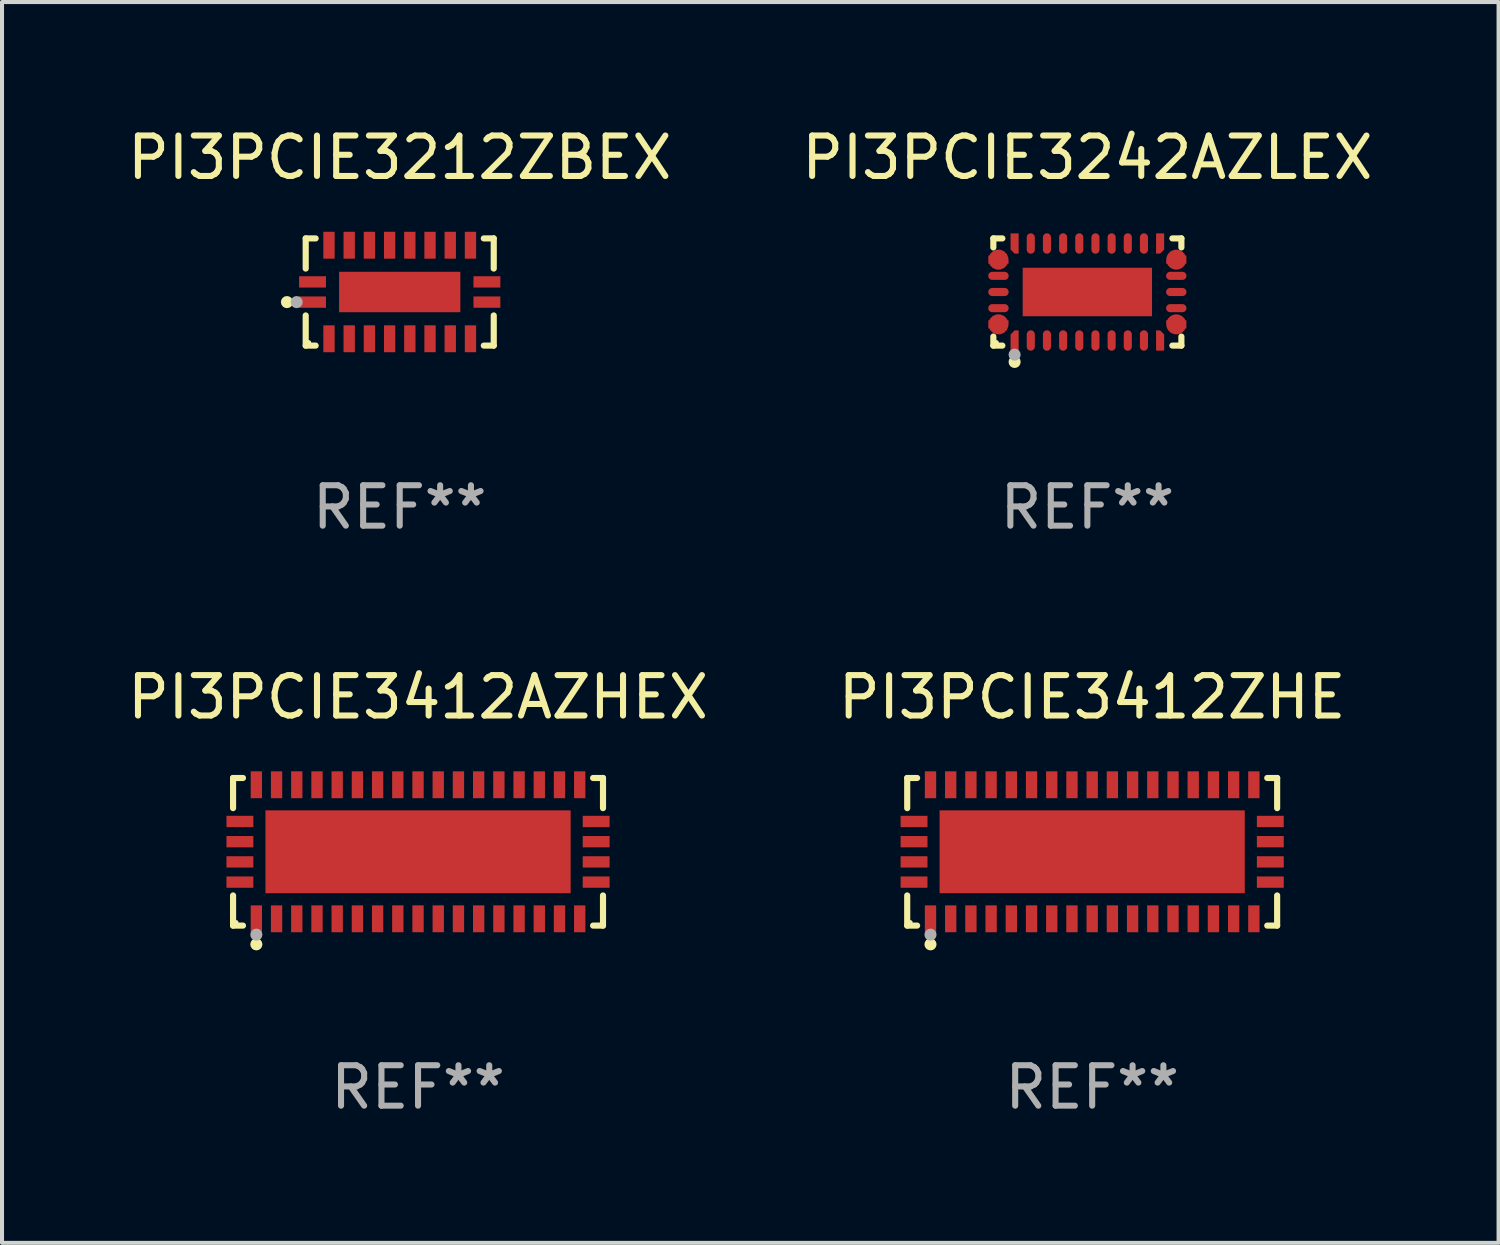
<source format=kicad_pcb>
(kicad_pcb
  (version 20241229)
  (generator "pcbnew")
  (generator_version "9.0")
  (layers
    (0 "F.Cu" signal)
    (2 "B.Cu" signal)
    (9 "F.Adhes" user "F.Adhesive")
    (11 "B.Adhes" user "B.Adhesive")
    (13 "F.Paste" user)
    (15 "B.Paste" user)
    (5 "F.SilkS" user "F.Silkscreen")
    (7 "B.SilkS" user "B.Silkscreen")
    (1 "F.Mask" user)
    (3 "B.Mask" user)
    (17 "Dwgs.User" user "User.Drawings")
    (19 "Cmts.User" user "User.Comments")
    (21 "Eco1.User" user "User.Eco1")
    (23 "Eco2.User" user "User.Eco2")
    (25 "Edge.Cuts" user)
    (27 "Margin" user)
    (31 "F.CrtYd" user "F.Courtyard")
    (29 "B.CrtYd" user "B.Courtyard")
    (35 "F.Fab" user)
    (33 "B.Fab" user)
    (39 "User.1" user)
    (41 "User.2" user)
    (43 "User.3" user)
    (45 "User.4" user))
  (footprint "PI3PCIE3212ZBEX"
    (layer "F.Cu")
    (at 6.839 4.174)
    (property "Reference" "PI3PCIE3212ZBEX" (at 0 -3.326 0) (layer "F.SilkS") (effects (font (size 1 1) (thickness 0.15))))
    (attr through_hole)
    (fp_line (start -2.326 -1.326) (end -2.08 -1.326) (stroke (width 0.152) (type solid)) (layer "F.SilkS"))
    (fp_line (start -2.326 -0.58) (end -2.326 -1.326) (stroke (width 0.152) (type solid)) (layer "F.SilkS"))
    (fp_line (start -2.326 0.58) (end -2.326 1.326) (stroke (width 0.152) (type solid)) (layer "F.SilkS"))
    (fp_line (start -2.326 1.326) (end -2.08 1.326) (stroke (width 0.152) (type solid)) (layer "F.SilkS"))
    (fp_line (start 2.326 -1.326) (end 2.08 -1.326) (stroke (width 0.152) (type solid)) (layer "F.SilkS"))
    (fp_line (start 2.326 -0.58) (end 2.326 -1.326) (stroke (width 0.152) (type solid)) (layer "F.SilkS"))
    (fp_line (start 2.326 0.58) (end 2.326 1.326) (stroke (width 0.152) (type solid)) (layer "F.SilkS"))
    (fp_line (start 2.326 1.326) (end 2.08 1.326) (stroke (width 0.152) (type solid)) (layer "F.SilkS"))
    (fp_circle (center -2.79 0.25) (end -2.715 0.25) (stroke (width 0.15) (type solid)) (fill no) (layer "F.SilkS"))
    (fp_circle (center -2.25 1.25) (end -2.22 1.25) (stroke (width 0.06) (type solid)) (fill no) (layer "F.SilkS"))
    (fp_circle (center -2.55 0.25) (end -2.475 0.25) (stroke (width 0.15) (type solid)) (fill no) (layer "F.Fab"))
    (fp_text user "REF**" (at 0 5.326 0) (layer "F.Fab") (effects (font (size 1 1) (thickness 0.15))))
    (pad "1" smd rect (at -2.157 0.25) (size 0.665 0.28) (layers "F.Cu" "F.Mask" "F.Paste"))
    (pad "2" smd rect (at -1.75 1.157) (size 0.28 0.665) (layers "F.Cu" "F.Mask" "F.Paste"))
    (pad "3" smd rect (at -1.25 1.157) (size 0.28 0.665) (layers "F.Cu" "F.Mask" "F.Paste"))
    (pad "4" smd rect (at -0.75 1.157) (size 0.28 0.665) (layers "F.Cu" "F.Mask" "F.Paste"))
    (pad "5" smd rect (at -0.25 1.157) (size 0.28 0.665) (layers "F.Cu" "F.Mask" "F.Paste"))
    (pad "6" smd rect (at 0.25 1.157) (size 0.28 0.665) (layers "F.Cu" "F.Mask" "F.Paste"))
    (pad "7" smd rect (at 0.75 1.157) (size 0.28 0.665) (layers "F.Cu" "F.Mask" "F.Paste"))
    (pad "8" smd rect (at 1.25 1.157) (size 0.28 0.665) (layers "F.Cu" "F.Mask" "F.Paste"))
    (pad "9" smd rect (at 1.75 1.157) (size 0.28 0.665) (layers "F.Cu" "F.Mask" "F.Paste"))
    (pad "10" smd rect (at 2.157 0.25) (size 0.665 0.28) (layers "F.Cu" "F.Mask" "F.Paste"))
    (pad "11" smd rect (at 2.157 -0.25) (size 0.665 0.28) (layers "F.Cu" "F.Mask" "F.Paste"))
    (pad "12" smd rect (at 1.75 -1.157) (size 0.28 0.665) (layers "F.Cu" "F.Mask" "F.Paste"))
    (pad "13" smd rect (at 1.25 -1.157) (size 0.28 0.665) (layers "F.Cu" "F.Mask" "F.Paste"))
    (pad "14" smd rect (at 0.75 -1.157) (size 0.28 0.665) (layers "F.Cu" "F.Mask" "F.Paste"))
    (pad "15" smd rect (at 0.25 -1.157) (size 0.28 0.665) (layers "F.Cu" "F.Mask" "F.Paste"))
    (pad "16" smd rect (at -0.25 -1.157) (size 0.28 0.665) (layers "F.Cu" "F.Mask" "F.Paste"))
    (pad "17" smd rect (at -0.75 -1.157) (size 0.28 0.665) (layers "F.Cu" "F.Mask" "F.Paste"))
    (pad "18" smd rect (at -1.25 -1.157) (size 0.28 0.665) (layers "F.Cu" "F.Mask" "F.Paste"))
    (pad "19" smd rect (at -1.75 -1.157) (size 0.28 0.665) (layers "F.Cu" "F.Mask" "F.Paste"))
    (pad "20" smd rect (at -2.157 -0.25) (size 0.665 0.28) (layers "F.Cu" "F.Mask" "F.Paste"))
    (pad "21" smd rect (at 0 0) (size 3 1) (layers "F.Cu" "F.Mask" "F.Paste")))
  (footprint "PI3PCIE3412ZHE"
    (layer "F.Cu")
    (at 23.97 18.023)
    (property "Reference" "PI3PCIE3412ZHE" (at 0 -3.826 0) (layer "F.SilkS") (effects (font (size 1 1) (thickness 0.15))))
    (attr through_hole)
    (fp_line (start -4.576 -1.826) (end -4.331 -1.826) (stroke (width 0.152) (type solid)) (layer "F.SilkS"))
    (fp_line (start -4.576 -1.08) (end -4.576 -1.826) (stroke (width 0.152) (type solid)) (layer "F.SilkS"))
    (fp_line (start -4.576 1.08) (end -4.576 1.826) (stroke (width 0.152) (type solid)) (layer "F.SilkS"))
    (fp_line (start -4.576 1.826) (end -4.331 1.826) (stroke (width 0.152) (type solid)) (layer "F.SilkS"))
    (fp_line (start 4.576 -1.826) (end 4.331 -1.826) (stroke (width 0.152) (type solid)) (layer "F.SilkS"))
    (fp_line (start 4.576 -1.08) (end 4.576 -1.826) (stroke (width 0.152) (type solid)) (layer "F.SilkS"))
    (fp_line (start 4.576 1.08) (end 4.576 1.826) (stroke (width 0.152) (type solid)) (layer "F.SilkS"))
    (fp_line (start 4.576 1.826) (end 4.331 1.826) (stroke (width 0.152) (type solid)) (layer "F.SilkS"))
    (fp_circle (center -4.5 1.75) (end -4.47 1.75) (stroke (width 0.06) (type solid)) (fill no) (layer "F.SilkS"))
    (fp_circle (center -4 2.29) (end -3.925 2.29) (stroke (width 0.15) (type solid)) (fill no) (layer "F.SilkS"))
    (fp_circle (center -4 2.05) (end -3.925 2.05) (stroke (width 0.15) (type solid)) (fill no) (layer "F.Fab"))
    (fp_text user "REF**" (at 0 5.826 0) (layer "F.Fab") (effects (font (size 1 1) (thickness 0.15))))
    (pad "1" smd rect (at -4 1.658) (size 0.28 0.665) (layers "F.Cu" "F.Mask" "F.Paste"))
    (pad "2" smd rect (at -3.5 1.658) (size 0.28 0.665) (layers "F.Cu" "F.Mask" "F.Paste"))
    (pad "3" smd rect (at -3 1.658) (size 0.28 0.665) (layers "F.Cu" "F.Mask" "F.Paste"))
    (pad "4" smd rect (at -2.5 1.658) (size 0.28 0.665) (layers "F.Cu" "F.Mask" "F.Paste"))
    (pad "5" smd rect (at -2 1.658) (size 0.28 0.665) (layers "F.Cu" "F.Mask" "F.Paste"))
    (pad "6" smd rect (at -1.5 1.658) (size 0.28 0.665) (layers "F.Cu" "F.Mask" "F.Paste"))
    (pad "7" smd rect (at -1 1.658) (size 0.28 0.665) (layers "F.Cu" "F.Mask" "F.Paste"))
    (pad "8" smd rect (at -0.5 1.658) (size 0.28 0.665) (layers "F.Cu" "F.Mask" "F.Paste"))
    (pad "9" smd rect (at 0 1.658) (size 0.28 0.665) (layers "F.Cu" "F.Mask" "F.Paste"))
    (pad "10" smd rect (at 0.5 1.658) (size 0.28 0.665) (layers "F.Cu" "F.Mask" "F.Paste"))
    (pad "11" smd rect (at 1 1.658) (size 0.28 0.665) (layers "F.Cu" "F.Mask" "F.Paste"))
    (pad "12" smd rect (at 1.5 1.658) (size 0.28 0.665) (layers "F.Cu" "F.Mask" "F.Paste"))
    (pad "13" smd rect (at 2 1.658) (size 0.28 0.665) (layers "F.Cu" "F.Mask" "F.Paste"))
    (pad "14" smd rect (at 2.5 1.658) (size 0.28 0.665) (layers "F.Cu" "F.Mask" "F.Paste"))
    (pad "15" smd rect (at 3 1.658) (size 0.28 0.665) (layers "F.Cu" "F.Mask" "F.Paste"))
    (pad "16" smd rect (at 3.5 1.658) (size 0.28 0.665) (layers "F.Cu" "F.Mask" "F.Paste"))
    (pad "17" smd rect (at 4 1.658) (size 0.28 0.665) (layers "F.Cu" "F.Mask" "F.Paste"))
    (pad "18" smd rect (at 4.407 0.75) (size 0.665 0.28) (layers "F.Cu" "F.Mask" "F.Paste"))
    (pad "19" smd rect (at 4.407 0.25) (size 0.665 0.28) (layers "F.Cu" "F.Mask" "F.Paste"))
    (pad "20" smd rect (at 4.407 -0.25) (size 0.665 0.28) (layers "F.Cu" "F.Mask" "F.Paste"))
    (pad "21" smd rect (at 4.407 -0.75) (size 0.665 0.28) (layers "F.Cu" "F.Mask" "F.Paste"))
    (pad "22" smd rect (at 4 -1.658) (size 0.28 0.665) (layers "F.Cu" "F.Mask" "F.Paste"))
    (pad "23" smd rect (at 3.5 -1.658) (size 0.28 0.665) (layers "F.Cu" "F.Mask" "F.Paste"))
    (pad "24" smd rect (at 3 -1.658) (size 0.28 0.665) (layers "F.Cu" "F.Mask" "F.Paste"))
    (pad "25" smd rect (at 2.5 -1.658) (size 0.28 0.665) (layers "F.Cu" "F.Mask" "F.Paste"))
    (pad "26" smd rect (at 2 -1.658) (size 0.28 0.665) (layers "F.Cu" "F.Mask" "F.Paste"))
    (pad "27" smd rect (at 1.5 -1.658) (size 0.28 0.665) (layers "F.Cu" "F.Mask" "F.Paste"))
    (pad "28" smd rect (at 1 -1.658) (size 0.28 0.665) (layers "F.Cu" "F.Mask" "F.Paste"))
    (pad "29" smd rect (at 0.5 -1.658) (size 0.28 0.665) (layers "F.Cu" "F.Mask" "F.Paste"))
    (pad "30" smd rect (at 0 -1.658) (size 0.28 0.665) (layers "F.Cu" "F.Mask" "F.Paste"))
    (pad "31" smd rect (at -0.5 -1.658) (size 0.28 0.665) (layers "F.Cu" "F.Mask" "F.Paste"))
    (pad "32" smd rect (at -1 -1.658) (size 0.28 0.665) (layers "F.Cu" "F.Mask" "F.Paste"))
    (pad "33" smd rect (at -1.5 -1.658) (size 0.28 0.665) (layers "F.Cu" "F.Mask" "F.Paste"))
    (pad "34" smd rect (at -2 -1.658) (size 0.28 0.665) (layers "F.Cu" "F.Mask" "F.Paste"))
    (pad "35" smd rect (at -2.5 -1.658) (size 0.28 0.665) (layers "F.Cu" "F.Mask" "F.Paste"))
    (pad "36" smd rect (at -3 -1.658) (size 0.28 0.665) (layers "F.Cu" "F.Mask" "F.Paste"))
    (pad "37" smd rect (at -3.5 -1.658) (size 0.28 0.665) (layers "F.Cu" "F.Mask" "F.Paste"))
    (pad "38" smd rect (at -4 -1.658) (size 0.28 0.665) (layers "F.Cu" "F.Mask" "F.Paste"))
    (pad "39" smd rect (at -4.407 -0.75) (size 0.665 0.28) (layers "F.Cu" "F.Mask" "F.Paste"))
    (pad "40" smd rect (at -4.407 -0.25) (size 0.665 0.28) (layers "F.Cu" "F.Mask" "F.Paste"))
    (pad "41" smd rect (at -4.407 0.25) (size 0.665 0.28) (layers "F.Cu" "F.Mask" "F.Paste"))
    (pad "42" smd rect (at -4.407 0.75) (size 0.665 0.28) (layers "F.Cu" "F.Mask" "F.Paste"))
    (pad "43" smd rect (at 0 0) (size 7.55 2.05) (layers "F.Cu" "F.Mask" "F.Paste")))
  (footprint "PI3PCIE3242AZLEX"
    (layer "F.Cu")
    (at 23.851 4.174)
    (property "Reference" "PI3PCIE3242AZLEX" (at 0 -3.326 0) (layer "F.SilkS") (effects (font (size 1 1) (thickness 0.15))))
    (attr through_hole)
    (fp_line (start -2.326 -1.326) (end -2.103 -1.326) (stroke (width 0.152) (type solid)) (layer "F.SilkS"))
    (fp_line (start -2.326 -1.103) (end -2.326 -1.326) (stroke (width 0.152) (type solid)) (layer "F.SilkS"))
    (fp_line (start -2.326 1.103) (end -2.326 1.326) (stroke (width 0.152) (type solid)) (layer "F.SilkS"))
    (fp_line (start -2.326 1.326) (end -2.103 1.326) (stroke (width 0.152) (type solid)) (layer "F.SilkS"))
    (fp_line (start 2.326 -1.326) (end 2.103 -1.326) (stroke (width 0.152) (type solid)) (layer "F.SilkS"))
    (fp_line (start 2.326 -1.103) (end 2.326 -1.326) (stroke (width 0.152) (type solid)) (layer "F.SilkS"))
    (fp_line (start 2.326 1.103) (end 2.326 1.326) (stroke (width 0.152) (type solid)) (layer "F.SilkS"))
    (fp_line (start 2.326 1.326) (end 2.103 1.326) (stroke (width 0.152) (type solid)) (layer "F.SilkS"))
    (fp_circle (center -2.25 1.25) (end -2.22 1.25) (stroke (width 0.06) (type solid)) (fill no) (layer "F.SilkS"))
    (fp_circle (center -1.8 1.73) (end -1.725 1.73) (stroke (width 0.15) (type solid)) (fill no) (layer "F.SilkS"))
    (fp_circle (center -1.8 1.55) (end -1.725 1.55) (stroke (width 0.15) (type solid)) (fill no) (layer "F.Fab"))
    (fp_text user "REF**" (at 0 5.326 0) (layer "F.Fab") (effects (font (size 1 1) (thickness 0.15))))
    (pad "1" smd custom (at -1.8 1.2) (size 0.2 0.5) (layers "F.Cu" "F.Mask" "F.Paste") (options (anchor circle)) (primitives (gr_poly (pts (xy -0.1 0.25) (xy 0.1 0.25) (xy 0.1 -0.25) (xy 0.1 -0.25) (xy -0.000051 -0.25) (xy -0.1 -0.15)) (width 0) (fill yes))))
    (pad "2" smd oval (at -1.4 1.2) (size 0.2 0.505) (layers "F.Cu" "F.Mask" "F.Paste"))
    (pad "3" smd oval (at -1 1.2) (size 0.2 0.505) (layers "F.Cu" "F.Mask" "F.Paste"))
    (pad "4" smd oval (at -0.6 1.2) (size 0.2 0.505) (layers "F.Cu" "F.Mask" "F.Paste"))
    (pad "5" smd oval (at -0.2 1.2) (size 0.2 0.505) (layers "F.Cu" "F.Mask" "F.Paste"))
    (pad "6" smd oval (at 0.2 1.2) (size 0.2 0.505) (layers "F.Cu" "F.Mask" "F.Paste"))
    (pad "7" smd oval (at 0.6 1.2) (size 0.2 0.505) (layers "F.Cu" "F.Mask" "F.Paste"))
    (pad "8" smd oval (at 1 1.2) (size 0.2 0.505) (layers "F.Cu" "F.Mask" "F.Paste"))
    (pad "9" smd oval (at 1.4 1.2) (size 0.2 0.505) (layers "F.Cu" "F.Mask" "F.Paste"))
    (pad "10" smd custom (at 1.8 1.2) (size 0.2 0.5) (layers "F.Cu" "F.Mask" "F.Paste") (options (anchor circle)) (primitives (gr_poly (pts (xy 0.1 0.25) (xy -0.1 0.25) (xy -0.1 -0.25) (xy -0.1 -0.25) (xy 0 -0.25) (xy 0.1 -0.15)) (width 0) (fill yes))))
    (pad "11" smd custom (at 2.2 0.8) (size 0.5 0.2) (layers "F.Cu" "F.Mask" "F.Paste") (options (anchor circle)) (primitives (gr_poly (pts (xy 0.25 0.1) (xy 0.25 -0.1) (xy -0.25 -0.1) (xy -0.25 -0.1) (xy -0.25 0.000051) (xy -0.15 0.1)) (width 0) (fill yes))))
    (pad "12" smd oval (at 2.2 0.4) (size 0.505 0.2) (layers "F.Cu" "F.Mask" "F.Paste"))
    (pad "13" smd oval (at 2.2 0) (size 0.505 0.2) (layers "F.Cu" "F.Mask" "F.Paste"))
    (pad "14" smd oval (at 2.2 -0.4) (size 0.505 0.2) (layers "F.Cu" "F.Mask" "F.Paste"))
    (pad "15" smd custom (at 2.2 -0.8) (size 0.5 0.2) (layers "F.Cu" "F.Mask" "F.Paste") (options (anchor circle)) (primitives (gr_poly (pts (xy 0.25 -0.1) (xy 0.25 0.1) (xy -0.25 0.1) (xy -0.25 0.1) (xy -0.25 -0.000051) (xy -0.15 -0.1)) (width 0) (fill yes))))
    (pad "16" smd custom (at 1.8 -1.2) (size 0.2 0.5) (layers "F.Cu" "F.Mask" "F.Paste") (options (anchor circle)) (primitives (gr_poly (pts (xy 0.1 -0.25) (xy -0.1 -0.25) (xy -0.1 0.25) (xy -0.1 0.25) (xy 0.000051 0.25) (xy 0.1 0.15)) (width 0) (fill yes))))
    (pad "17" smd oval (at 1.4 -1.2) (size 0.2 0.505) (layers "F.Cu" "F.Mask" "F.Paste"))
    (pad "18" smd oval (at 1 -1.2) (size 0.2 0.505) (layers "F.Cu" "F.Mask" "F.Paste"))
    (pad "19" smd oval (at 0.6 -1.2) (size 0.2 0.505) (layers "F.Cu" "F.Mask" "F.Paste"))
    (pad "20" smd oval (at 0.2 -1.2) (size 0.2 0.505) (layers "F.Cu" "F.Mask" "F.Paste"))
    (pad "21" smd oval (at -0.2 -1.2) (size 0.2 0.505) (layers "F.Cu" "F.Mask" "F.Paste"))
    (pad "22" smd oval (at -0.6 -1.2) (size 0.2 0.505) (layers "F.Cu" "F.Mask" "F.Paste"))
    (pad "23" smd oval (at -1 -1.2) (size 0.2 0.505) (layers "F.Cu" "F.Mask" "F.Paste"))
    (pad "24" smd oval (at -1.4 -1.2) (size 0.2 0.505) (layers "F.Cu" "F.Mask" "F.Paste"))
    (pad "25" smd custom (at -1.8 -1.2) (size 0.2 0.5) (layers "F.Cu" "F.Mask" "F.Paste") (options (anchor circle)) (primitives (gr_poly (pts (xy -0.1 -0.25) (xy 0.1 -0.25) (xy 0.1 0.25) (xy 0.1 0.25) (xy -0.000051 0.25) (xy -0.1 0.15)) (width 0) (fill yes))))
    (pad "26" smd custom (at -2.2 -0.8) (size 0.5 0.2) (layers "F.Cu" "F.Mask" "F.Paste") (options (anchor circle)) (primitives (gr_poly (pts (xy -0.25 -0.1) (xy -0.25 0.1) (xy 0.25 0.1) (xy 0.25 0.1) (xy 0.25 0.000051) (xy 0.15 -0.1)) (width 0) (fill yes))))
    (pad "27" smd oval (at -2.2 -0.4) (size 0.505 0.2) (layers "F.Cu" "F.Mask" "F.Paste"))
    (pad "28" smd oval (at -2.2 0) (size 0.505 0.2) (layers "F.Cu" "F.Mask" "F.Paste"))
    (pad "29" smd oval (at -2.2 0.4) (size 0.505 0.2) (layers "F.Cu" "F.Mask" "F.Paste"))
    (pad "30" smd custom (at -2.2 0.8) (size 0.5 0.2) (layers "F.Cu" "F.Mask" "F.Paste") (options (anchor circle)) (primitives (gr_poly (pts (xy -0.25 0.1) (xy -0.25 -0.1) (xy 0.25 -0.1) (xy 0.25 -0.1) (xy 0.25 0.000076) (xy 0.15 0.1)) (width 0) (fill yes))))
    (pad "31" smd rect (at 0 0) (size 3.2 1.2) (layers "F.Cu" "F.Mask" "F.Paste")))
  (footprint "PI3PCIE3412AZHEX"
    (layer "F.Cu")
    (at 7.292 18.023)
    (property "Reference" "PI3PCIE3412AZHEX" (at 0 -3.826 0) (layer "F.SilkS") (effects (font (size 1 1) (thickness 0.15))))
    (attr through_hole)
    (fp_line (start -4.576 -1.826) (end -4.331 -1.826) (stroke (width 0.152) (type solid)) (layer "F.SilkS"))
    (fp_line (start -4.576 -1.08) (end -4.576 -1.826) (stroke (width 0.152) (type solid)) (layer "F.SilkS"))
    (fp_line (start -4.576 1.08) (end -4.576 1.826) (stroke (width 0.152) (type solid)) (layer "F.SilkS"))
    (fp_line (start -4.576 1.826) (end -4.331 1.826) (stroke (width 0.152) (type solid)) (layer "F.SilkS"))
    (fp_line (start 4.576 -1.826) (end 4.331 -1.826) (stroke (width 0.152) (type solid)) (layer "F.SilkS"))
    (fp_line (start 4.576 -1.08) (end 4.576 -1.826) (stroke (width 0.152) (type solid)) (layer "F.SilkS"))
    (fp_line (start 4.576 1.08) (end 4.576 1.826) (stroke (width 0.152) (type solid)) (layer "F.SilkS"))
    (fp_line (start 4.576 1.826) (end 4.331 1.826) (stroke (width 0.152) (type solid)) (layer "F.SilkS"))
    (fp_circle (center -4.5 1.75) (end -4.47 1.75) (stroke (width 0.06) (type solid)) (fill no) (layer "F.SilkS"))
    (fp_circle (center -4 2.29) (end -3.925 2.29) (stroke (width 0.15) (type solid)) (fill no) (layer "F.SilkS"))
    (fp_circle (center -4 2.05) (end -3.925 2.05) (stroke (width 0.15) (type solid)) (fill no) (layer "F.Fab"))
    (fp_text user "REF**" (at 0 5.826 0) (layer "F.Fab") (effects (font (size 1 1) (thickness 0.15))))
    (pad "1" smd rect (at -4 1.658) (size 0.28 0.665) (layers "F.Cu" "F.Mask" "F.Paste"))
    (pad "2" smd rect (at -3.5 1.658) (size 0.28 0.665) (layers "F.Cu" "F.Mask" "F.Paste"))
    (pad "3" smd rect (at -3 1.658) (size 0.28 0.665) (layers "F.Cu" "F.Mask" "F.Paste"))
    (pad "4" smd rect (at -2.5 1.658) (size 0.28 0.665) (layers "F.Cu" "F.Mask" "F.Paste"))
    (pad "5" smd rect (at -2 1.658) (size 0.28 0.665) (layers "F.Cu" "F.Mask" "F.Paste"))
    (pad "6" smd rect (at -1.5 1.658) (size 0.28 0.665) (layers "F.Cu" "F.Mask" "F.Paste"))
    (pad "7" smd rect (at -1 1.658) (size 0.28 0.665) (layers "F.Cu" "F.Mask" "F.Paste"))
    (pad "8" smd rect (at -0.5 1.658) (size 0.28 0.665) (layers "F.Cu" "F.Mask" "F.Paste"))
    (pad "9" smd rect (at 0 1.658) (size 0.28 0.665) (layers "F.Cu" "F.Mask" "F.Paste"))
    (pad "10" smd rect (at 0.5 1.658) (size 0.28 0.665) (layers "F.Cu" "F.Mask" "F.Paste"))
    (pad "11" smd rect (at 1 1.658) (size 0.28 0.665) (layers "F.Cu" "F.Mask" "F.Paste"))
    (pad "12" smd rect (at 1.5 1.658) (size 0.28 0.665) (layers "F.Cu" "F.Mask" "F.Paste"))
    (pad "13" smd rect (at 2 1.658) (size 0.28 0.665) (layers "F.Cu" "F.Mask" "F.Paste"))
    (pad "14" smd rect (at 2.5 1.658) (size 0.28 0.665) (layers "F.Cu" "F.Mask" "F.Paste"))
    (pad "15" smd rect (at 3 1.658) (size 0.28 0.665) (layers "F.Cu" "F.Mask" "F.Paste"))
    (pad "16" smd rect (at 3.5 1.658) (size 0.28 0.665) (layers "F.Cu" "F.Mask" "F.Paste"))
    (pad "17" smd rect (at 4 1.658) (size 0.28 0.665) (layers "F.Cu" "F.Mask" "F.Paste"))
    (pad "18" smd rect (at 4.407 0.75) (size 0.665 0.28) (layers "F.Cu" "F.Mask" "F.Paste"))
    (pad "19" smd rect (at 4.407 0.25) (size 0.665 0.28) (layers "F.Cu" "F.Mask" "F.Paste"))
    (pad "20" smd rect (at 4.407 -0.25) (size 0.665 0.28) (layers "F.Cu" "F.Mask" "F.Paste"))
    (pad "21" smd rect (at 4.407 -0.75) (size 0.665 0.28) (layers "F.Cu" "F.Mask" "F.Paste"))
    (pad "22" smd rect (at 4 -1.658) (size 0.28 0.665) (layers "F.Cu" "F.Mask" "F.Paste"))
    (pad "23" smd rect (at 3.5 -1.658) (size 0.28 0.665) (layers "F.Cu" "F.Mask" "F.Paste"))
    (pad "24" smd rect (at 3 -1.658) (size 0.28 0.665) (layers "F.Cu" "F.Mask" "F.Paste"))
    (pad "25" smd rect (at 2.5 -1.658) (size 0.28 0.665) (layers "F.Cu" "F.Mask" "F.Paste"))
    (pad "26" smd rect (at 2 -1.658) (size 0.28 0.665) (layers "F.Cu" "F.Mask" "F.Paste"))
    (pad "27" smd rect (at 1.5 -1.658) (size 0.28 0.665) (layers "F.Cu" "F.Mask" "F.Paste"))
    (pad "28" smd rect (at 1 -1.658) (size 0.28 0.665) (layers "F.Cu" "F.Mask" "F.Paste"))
    (pad "29" smd rect (at 0.5 -1.658) (size 0.28 0.665) (layers "F.Cu" "F.Mask" "F.Paste"))
    (pad "30" smd rect (at 0 -1.658) (size 0.28 0.665) (layers "F.Cu" "F.Mask" "F.Paste"))
    (pad "31" smd rect (at -0.5 -1.658) (size 0.28 0.665) (layers "F.Cu" "F.Mask" "F.Paste"))
    (pad "32" smd rect (at -1 -1.658) (size 0.28 0.665) (layers "F.Cu" "F.Mask" "F.Paste"))
    (pad "33" smd rect (at -1.5 -1.658) (size 0.28 0.665) (layers "F.Cu" "F.Mask" "F.Paste"))
    (pad "34" smd rect (at -2 -1.658) (size 0.28 0.665) (layers "F.Cu" "F.Mask" "F.Paste"))
    (pad "35" smd rect (at -2.5 -1.658) (size 0.28 0.665) (layers "F.Cu" "F.Mask" "F.Paste"))
    (pad "36" smd rect (at -3 -1.658) (size 0.28 0.665) (layers "F.Cu" "F.Mask" "F.Paste"))
    (pad "37" smd rect (at -3.5 -1.658) (size 0.28 0.665) (layers "F.Cu" "F.Mask" "F.Paste"))
    (pad "38" smd rect (at -4 -1.658) (size 0.28 0.665) (layers "F.Cu" "F.Mask" "F.Paste"))
    (pad "39" smd rect (at -4.407 -0.75) (size 0.665 0.28) (layers "F.Cu" "F.Mask" "F.Paste"))
    (pad "40" smd rect (at -4.407 -0.25) (size 0.665 0.28) (layers "F.Cu" "F.Mask" "F.Paste"))
    (pad "41" smd rect (at -4.407 0.25) (size 0.665 0.28) (layers "F.Cu" "F.Mask" "F.Paste"))
    (pad "42" smd rect (at -4.407 0.75) (size 0.665 0.28) (layers "F.Cu" "F.Mask" "F.Paste"))
    (pad "43" smd rect (at 0 0) (size 7.55 2.05) (layers "F.Cu" "F.Mask" "F.Paste")))
  (gr_rect
    (start -3 -3)
    (end 34.024 27.698)
    (stroke (width 0.1) (type default))
    (fill no)
    (layer "Edge.Cuts")))
</source>
